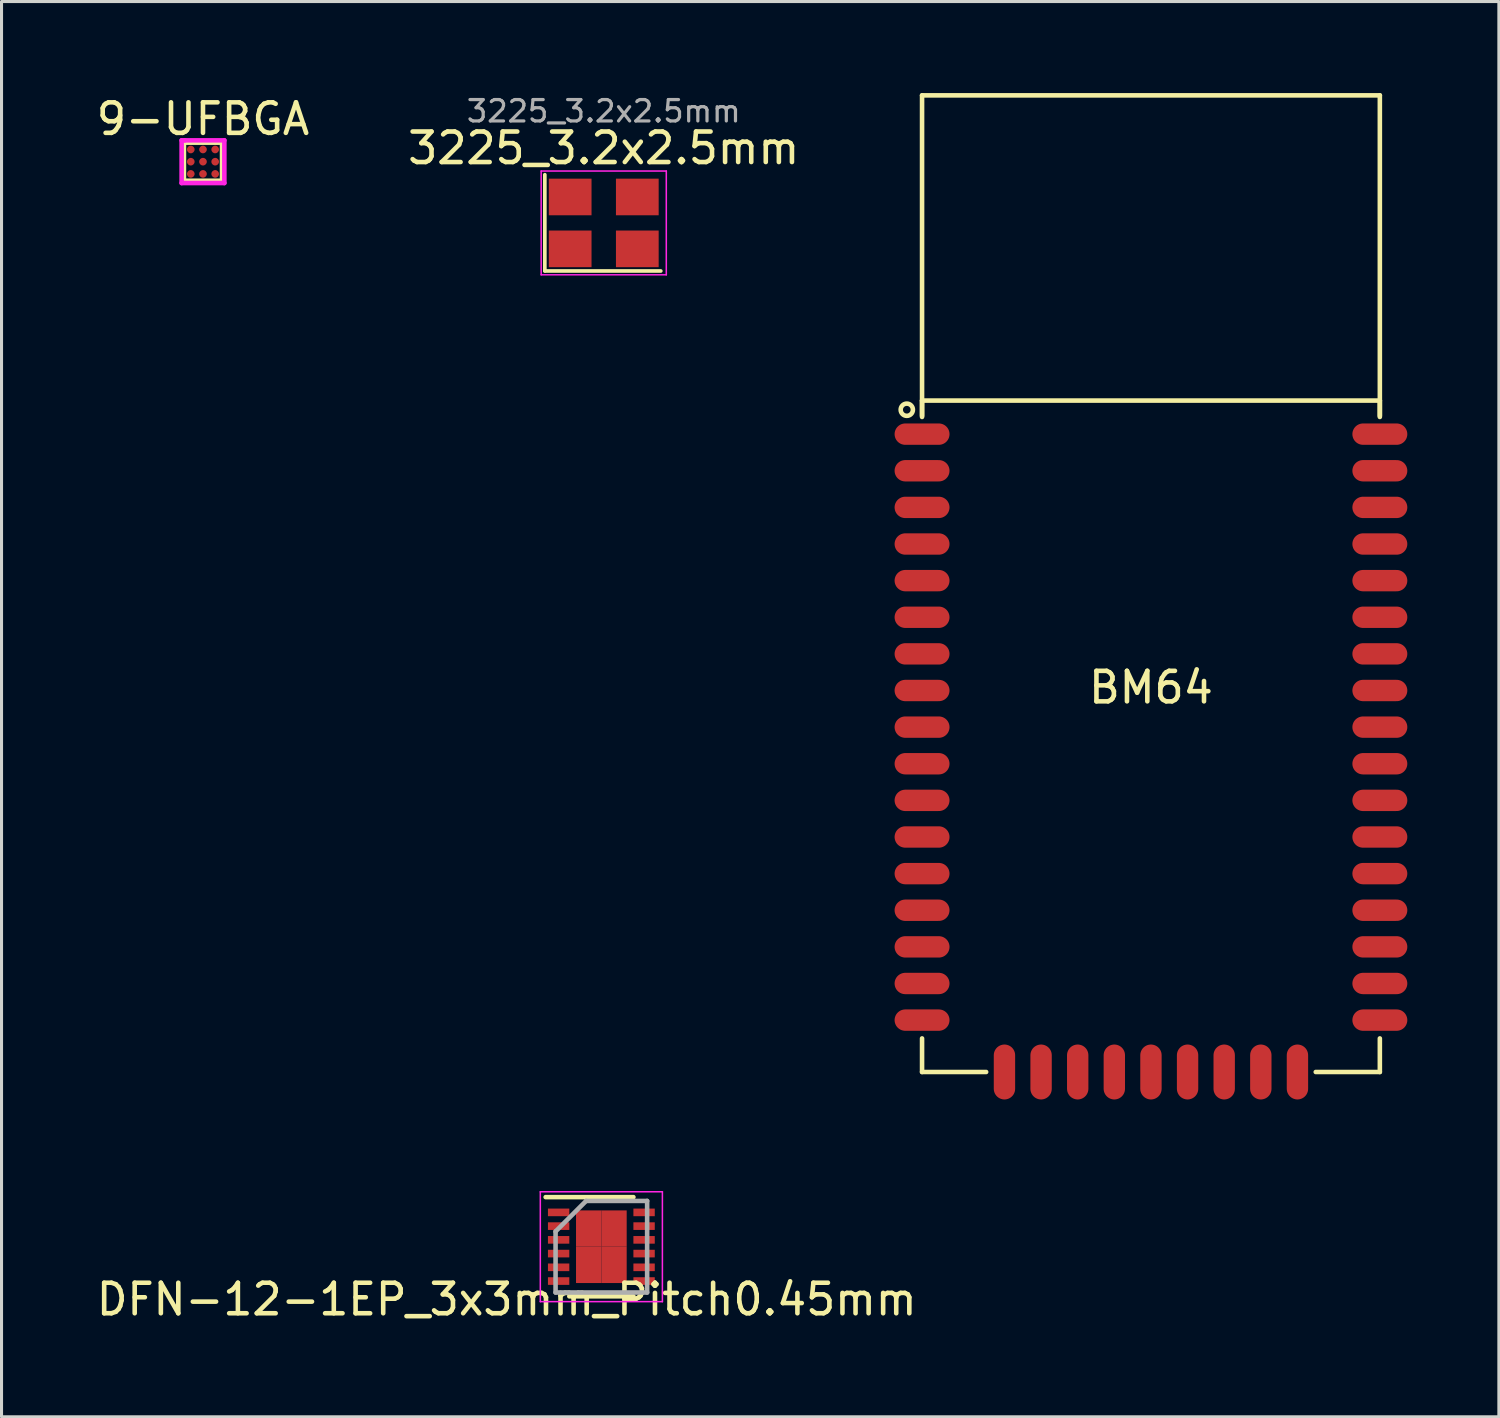
<source format=kicad_pcb>
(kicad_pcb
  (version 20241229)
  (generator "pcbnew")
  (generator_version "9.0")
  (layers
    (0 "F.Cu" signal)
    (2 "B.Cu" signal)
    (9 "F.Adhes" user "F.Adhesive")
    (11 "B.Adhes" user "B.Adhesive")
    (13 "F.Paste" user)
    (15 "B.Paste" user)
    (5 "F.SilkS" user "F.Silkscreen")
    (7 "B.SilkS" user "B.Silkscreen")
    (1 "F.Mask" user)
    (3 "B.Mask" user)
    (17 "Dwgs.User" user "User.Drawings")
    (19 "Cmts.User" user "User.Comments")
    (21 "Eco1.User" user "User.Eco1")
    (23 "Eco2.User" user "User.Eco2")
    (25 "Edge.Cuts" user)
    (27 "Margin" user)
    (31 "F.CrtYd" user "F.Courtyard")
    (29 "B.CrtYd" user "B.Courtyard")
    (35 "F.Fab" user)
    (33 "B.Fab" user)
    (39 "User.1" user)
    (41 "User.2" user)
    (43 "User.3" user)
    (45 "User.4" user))
  (footprint "3225_3.2x2.5mm"
    (layer "F.Cu")
    (at 16.732 4.254)
    (property "Reference" "3225_3.2x2.5mm" (at 0 -2.45 0) (layer "F.SilkS") (effects (font (size 1 1) (thickness 0.15))))
    (attr smd)
    (fp_line (start -1.93 -1.58) (end -1.93 1.57) (stroke (width 0.12) (type solid)) (layer "F.SilkS"))
    (fp_line (start -1.93 1.575) (end 1.87 1.575) (stroke (width 0.12) (type solid)) (layer "F.SilkS"))
    (fp_line (start -2.05 -1.7) (end -2.05 1.7) (stroke (width 0.05) (type solid)) (layer "F.CrtYd"))
    (fp_line (start -2.05 1.7) (end 2.05 1.7) (stroke (width 0.05) (type solid)) (layer "F.CrtYd"))
    (fp_line (start 2.05 -1.7) (end -2.05 -1.7) (stroke (width 0.05) (type solid)) (layer "F.CrtYd"))
    (fp_line (start 2.05 1.7) (end 2.05 -1.7) (stroke (width 0.05) (type solid)) (layer "F.CrtYd"))
    (fp_text user "${REFERENCE}" (at 0 -3.66 0) (layer "F.Fab") (effects (font (size 0.7 0.7) (thickness 0.105))))
    (pad "1" smd rect (at -1.1 0.85) (size 1.4 1.2) (layers "F.Cu" "F.Mask" "F.Paste"))
    (pad "2" smd rect (at 1.1 0.85) (size 1.4 1.2) (layers "F.Cu" "F.Mask" "F.Paste"))
    (pad "3" smd rect (at 1.1 -0.85) (size 1.4 1.2) (layers "F.Cu" "F.Mask" "F.Paste"))
    (pad "4" smd rect (at -1.1 -0.85) (size 1.4 1.2) (layers "F.Cu" "F.Mask" "F.Paste")))
  (footprint "DFN-12-1EP_3x3mm_Pitch0.45mm"
    (layer "F.Cu")
    (at 16.654 37.8)
    (property "Reference" "DFN-12-1EP_3x3mm_Pitch0.45mm" (at -3.1 1.725 0) (layer "F.SilkS") (effects (font (size 1 1) (thickness 0.15))))
    (attr smd)
    (fp_line (start -1.825 -1.625) (end 1.05 -1.625) (stroke (width 0.15) (type solid)) (layer "F.SilkS"))
    (fp_line (start -1.05 1.625) (end 1.05 1.625) (stroke (width 0.15) (type solid)) (layer "F.SilkS"))
    (fp_line (start -2 -1.8) (end -2 1.8) (stroke (width 0.05) (type solid)) (layer "F.CrtYd"))
    (fp_line (start -2 -1.8) (end 2 -1.8) (stroke (width 0.05) (type solid)) (layer "F.CrtYd"))
    (fp_line (start -2 1.8) (end 2 1.8) (stroke (width 0.05) (type solid)) (layer "F.CrtYd"))
    (fp_line (start 2 -1.8) (end 2 1.8) (stroke (width 0.05) (type solid)) (layer "F.CrtYd"))
    (fp_line (start -1.5 -0.5) (end -0.5 -1.5) (stroke (width 0.15) (type solid)) (layer "F.Fab"))
    (fp_line (start -1.5 1.5) (end -1.5 -0.5) (stroke (width 0.15) (type solid)) (layer "F.Fab"))
    (fp_line (start -0.5 -1.5) (end 1.5 -1.5) (stroke (width 0.15) (type solid)) (layer "F.Fab"))
    (fp_line (start 1.5 -1.5) (end 1.5 1.5) (stroke (width 0.15) (type solid)) (layer "F.Fab"))
    (fp_line (start 1.5 1.5) (end -1.5 1.5) (stroke (width 0.15) (type solid)) (layer "F.Fab"))
    (pad "1" smd rect (at -1.4 -1.125) (size 0.7 0.25) (layers "F.Cu" "F.Mask" "F.Paste"))
    (pad "2" smd rect (at -1.4 -0.675) (size 0.7 0.25) (layers "F.Cu" "F.Mask" "F.Paste"))
    (pad "3" smd rect (at -1.4 -0.225) (size 0.7 0.25) (layers "F.Cu" "F.Mask" "F.Paste"))
    (pad "4" smd rect (at -1.4 0.225) (size 0.7 0.25) (layers "F.Cu" "F.Mask" "F.Paste"))
    (pad "5" smd rect (at -1.4 0.675) (size 0.7 0.25) (layers "F.Cu" "F.Mask" "F.Paste"))
    (pad "6" smd rect (at -1.4 1.125) (size 0.7 0.25) (layers "F.Cu" "F.Mask" "F.Paste"))
    (pad "7" smd rect (at 1.4 1.125) (size 0.7 0.25) (layers "F.Cu" "F.Mask" "F.Paste"))
    (pad "8" smd rect (at 1.4 0.675) (size 0.7 0.25) (layers "F.Cu" "F.Mask" "F.Paste"))
    (pad "9" smd rect (at 1.4 0.225) (size 0.7 0.25) (layers "F.Cu" "F.Mask" "F.Paste"))
    (pad "10" smd rect (at 1.4 -0.225) (size 0.7 0.25) (layers "F.Cu" "F.Mask" "F.Paste"))
    (pad "11" smd rect (at 1.4 -0.675) (size 0.7 0.25) (layers "F.Cu" "F.Mask" "F.Paste"))
    (pad "12" smd rect (at 1.4 -1.125) (size 0.7 0.25) (layers "F.Cu" "F.Mask" "F.Paste"))
    (pad "13" smd rect (at -0.415 -0.595) (size 0.83 1.19) (layers "F.Cu" "F.Mask" "F.Paste"))
    (pad "13" smd rect (at -0.415 0.595) (size 0.83 1.19) (layers "F.Cu" "F.Mask" "F.Paste"))
    (pad "13" smd rect (at 0.415 -0.595) (size 0.83 1.19) (layers "F.Cu" "F.Mask" "F.Paste"))
    (pad "13" smd rect (at 0.415 0.595) (size 0.83 1.19) (layers "F.Cu" "F.Mask" "F.Paste")))
  (footprint "BM64"
    (layer "F.Cu")
    (at 34.662 16.075)
    (property "Reference" "BM64" (at 0 3.4 0) (layer "F.SilkS") (effects (font (size 1 1) (thickness 0.15))))
    (attr through_hole)
    (fp_line (start -7.5 -16) (end -7.5 -5.5) (stroke (width 0.15) (type solid)) (layer "F.SilkS"))
    (fp_line (start -7.5 -16) (end 7.5 -16) (stroke (width 0.15) (type solid)) (layer "F.SilkS"))
    (fp_line (start -7.5 -6) (end -7.5 -5.463) (stroke (width 0.15) (type solid)) (layer "F.SilkS"))
    (fp_line (start -7.5 -6) (end 7.5 -6) (stroke (width 0.15) (type solid)) (layer "F.SilkS"))
    (fp_line (start -7.5 16) (end -7.5 14.9) (stroke (width 0.15) (type solid)) (layer "F.SilkS"))
    (fp_line (start -7.5 16) (end -5.4 16) (stroke (width 0.15) (type solid)) (layer "F.SilkS"))
    (fp_line (start 7.5 -16) (end 7.5 -5.5) (stroke (width 0.15) (type solid)) (layer "F.SilkS"))
    (fp_line (start 7.5 -6) (end 7.5 -5.463) (stroke (width 0.15) (type solid)) (layer "F.SilkS"))
    (fp_line (start 7.5 16) (end 5.4 16) (stroke (width 0.15) (type solid)) (layer "F.SilkS"))
    (fp_line (start 7.5 16) (end 7.5 14.9) (stroke (width 0.15) (type solid)) (layer "F.SilkS"))
    (fp_circle (center -8 -5.7) (end -7.8 -5.684) (stroke (width 0.15) (type solid)) (fill no) (layer "F.SilkS"))
    (pad "1" smd oval (at -7.5 -4.9) (size 1.8 0.7) (layers "F.Cu" "F.Mask" "F.Paste"))
    (pad "2" smd oval (at -7.5 -3.7) (size 1.8 0.7) (layers "F.Cu" "F.Mask" "F.Paste"))
    (pad "3" smd oval (at -7.5 -2.5) (size 1.8 0.7) (layers "F.Cu" "F.Mask" "F.Paste"))
    (pad "4" smd oval (at -7.5 -1.3) (size 1.8 0.7) (layers "F.Cu" "F.Mask" "F.Paste"))
    (pad "5" smd oval (at -7.5 -0.1) (size 1.8 0.7) (layers "F.Cu" "F.Mask" "F.Paste"))
    (pad "6" smd oval (at -7.5 1.1) (size 1.8 0.7) (layers "F.Cu" "F.Mask" "F.Paste"))
    (pad "7" smd oval (at -7.5 2.3) (size 1.8 0.7) (layers "F.Cu" "F.Mask" "F.Paste"))
    (pad "8" smd oval (at -7.5 3.5) (size 1.8 0.7) (layers "F.Cu" "F.Mask" "F.Paste"))
    (pad "9" smd oval (at -7.5 4.7) (size 1.8 0.7) (layers "F.Cu" "F.Mask" "F.Paste"))
    (pad "10" smd oval (at -7.5 5.9) (size 1.8 0.7) (layers "F.Cu" "F.Mask" "F.Paste"))
    (pad "11" smd oval (at -7.5 7.1) (size 1.8 0.7) (layers "F.Cu" "F.Mask" "F.Paste"))
    (pad "12" smd oval (at -7.5 8.3) (size 1.8 0.7) (layers "F.Cu" "F.Mask" "F.Paste"))
    (pad "13" smd oval (at -7.5 9.5) (size 1.8 0.7) (layers "F.Cu" "F.Mask" "F.Paste"))
    (pad "14" smd oval (at -7.5 10.7) (size 1.8 0.7) (layers "F.Cu" "F.Mask" "F.Paste"))
    (pad "15" smd oval (at -7.5 11.9) (size 1.8 0.7) (layers "F.Cu" "F.Mask" "F.Paste"))
    (pad "16" smd oval (at -7.5 13.1) (size 1.8 0.7) (layers "F.Cu" "F.Mask" "F.Paste"))
    (pad "17" smd oval (at -7.5 14.3) (size 1.8 0.7) (layers "F.Cu" "F.Mask" "F.Paste"))
    (pad "18" smd oval (at -4.8 16 90) (size 1.8 0.7) (layers "F.Cu" "F.Mask" "F.Paste"))
    (pad "19" smd oval (at -3.6 16 90) (size 1.8 0.7) (layers "F.Cu" "F.Mask" "F.Paste"))
    (pad "20" smd oval (at -2.4 16 90) (size 1.8 0.7) (layers "F.Cu" "F.Mask" "F.Paste"))
    (pad "21" smd oval (at -1.2 16 90) (size 1.8 0.7) (layers "F.Cu" "F.Mask" "F.Paste"))
    (pad "22" smd oval (at 0 16 90) (size 1.8 0.7) (layers "F.Cu" "F.Mask" "F.Paste"))
    (pad "23" smd oval (at 1.2 16 90) (size 1.8 0.7) (layers "F.Cu" "F.Mask" "F.Paste"))
    (pad "24" smd oval (at 2.4 16 90) (size 1.8 0.7) (layers "F.Cu" "F.Mask" "F.Paste"))
    (pad "25" smd oval (at 3.6 16 90) (size 1.8 0.7) (layers "F.Cu" "F.Mask" "F.Paste"))
    (pad "26" smd oval (at 4.8 16 90) (size 1.8 0.7) (layers "F.Cu" "F.Mask" "F.Paste"))
    (pad "27" smd oval (at 7.5 14.3) (size 1.8 0.7) (layers "F.Cu" "F.Mask" "F.Paste"))
    (pad "28" smd oval (at 7.5 13.1) (size 1.8 0.7) (layers "F.Cu" "F.Mask" "F.Paste"))
    (pad "29" smd oval (at 7.5 11.9) (size 1.8 0.7) (layers "F.Cu" "F.Mask" "F.Paste"))
    (pad "30" smd oval (at 7.5 10.7) (size 1.8 0.7) (layers "F.Cu" "F.Mask" "F.Paste"))
    (pad "31" smd oval (at 7.5 9.5) (size 1.8 0.7) (layers "F.Cu" "F.Mask" "F.Paste"))
    (pad "32" smd oval (at 7.5 8.3) (size 1.8 0.7) (layers "F.Cu" "F.Mask" "F.Paste"))
    (pad "33" smd oval (at 7.5 7.1) (size 1.8 0.7) (layers "F.Cu" "F.Mask" "F.Paste"))
    (pad "34" smd oval (at 7.5 5.9) (size 1.8 0.7) (layers "F.Cu" "F.Mask" "F.Paste"))
    (pad "35" smd oval (at 7.5 4.7) (size 1.8 0.7) (layers "F.Cu" "F.Mask" "F.Paste"))
    (pad "36" smd oval (at 7.5 3.5) (size 1.8 0.7) (layers "F.Cu" "F.Mask" "F.Paste"))
    (pad "37" smd oval (at 7.5 2.3) (size 1.8 0.7) (layers "F.Cu" "F.Mask" "F.Paste"))
    (pad "38" smd oval (at 7.5 1.1) (size 1.8 0.7) (layers "F.Cu" "F.Mask" "F.Paste"))
    (pad "39" smd oval (at 7.5 -0.1) (size 1.8 0.7) (layers "F.Cu" "F.Mask" "F.Paste"))
    (pad "40" smd oval (at 7.5 -1.3) (size 1.8 0.7) (layers "F.Cu" "F.Mask" "F.Paste"))
    (pad "41" smd oval (at 7.5 -2.5) (size 1.8 0.7) (layers "F.Cu" "F.Mask" "F.Paste"))
    (pad "42" smd oval (at 7.5 -3.7) (size 1.8 0.7) (layers "F.Cu" "F.Mask" "F.Paste"))
    (pad "43" smd oval (at 7.5 -4.9) (size 1.8 0.7) (layers "F.Cu" "F.Mask" "F.Paste")))
  (footprint "9-UFBGA"
    (layer "F.Cu")
    (at 3.601 2.248)
    (property "Reference" "9-UFBGA" (at 0 -1.4 0) (layer "F.SilkS") (effects (font (size 1 1) (thickness 0.15))))
    (attr through_hole)
    (fp_line (start -0.6 -0.6) (end 0.6 -0.6) (stroke (width 0.1) (type solid)) (layer "F.SilkS"))
    (fp_line (start -0.6 0.6) (end -0.6 -0.6) (stroke (width 0.1) (type solid)) (layer "F.SilkS"))
    (fp_line (start -0.6 0.6) (end 0.6 0.6) (stroke (width 0.1) (type solid)) (layer "F.SilkS"))
    (fp_line (start 0.6 0.6) (end 0.6 -0.6) (stroke (width 0.1) (type solid)) (layer "F.SilkS"))
    (fp_line (start -0.7 -0.7) (end -0.7 0.7) (stroke (width 0.15) (type solid)) (layer "F.CrtYd"))
    (fp_line (start -0.7 0.7) (end 0.7 0.7) (stroke (width 0.15) (type solid)) (layer "F.CrtYd"))
    (fp_line (start -0.6 -0.7) (end -0.7 -0.7) (stroke (width 0.15) (type solid)) (layer "F.CrtYd"))
    (fp_line (start 0.7 -0.7) (end -0.6 -0.7) (stroke (width 0.15) (type solid)) (layer "F.CrtYd"))
    (fp_line (start 0.7 0.7) (end 0.7 -0.7) (stroke (width 0.15) (type solid)) (layer "F.CrtYd"))
    (pad "1A" smd circle (at -0.4 -0.4) (size 0.25 0.25) (layers "F.Cu" "F.Mask" "F.Paste"))
    (pad "1B" smd circle (at -0.4 0) (size 0.25 0.25) (layers "F.Cu" "F.Mask" "F.Paste"))
    (pad "1C" smd circle (at -0.4 0.4) (size 0.25 0.25) (layers "F.Cu" "F.Mask" "F.Paste"))
    (pad "2A" smd circle (at 0 -0.4) (size 0.25 0.25) (layers "F.Cu" "F.Mask" "F.Paste"))
    (pad "2B" smd circle (at 0 0) (size 0.25 0.25) (layers "F.Cu" "F.Mask" "F.Paste"))
    (pad "2C" smd circle (at 0 0.4) (size 0.25 0.25) (layers "F.Cu" "F.Mask" "F.Paste"))
    (pad "3A" smd circle (at 0.4 -0.4) (size 0.25 0.25) (layers "F.Cu" "F.Mask" "F.Paste"))
    (pad "3B" smd circle (at 0.4 0) (size 0.25 0.25) (layers "F.Cu" "F.Mask" "F.Paste"))
    (pad "3C" smd circle (at 0.4 0.4) (size 0.25 0.25) (layers "F.Cu" "F.Mask" "F.Paste")))
  (gr_rect
    (start -3 -3)
    (end 46.062 43.373)
    (stroke (width 0.1) (type default))
    (fill no)
    (layer "Edge.Cuts")))
</source>
